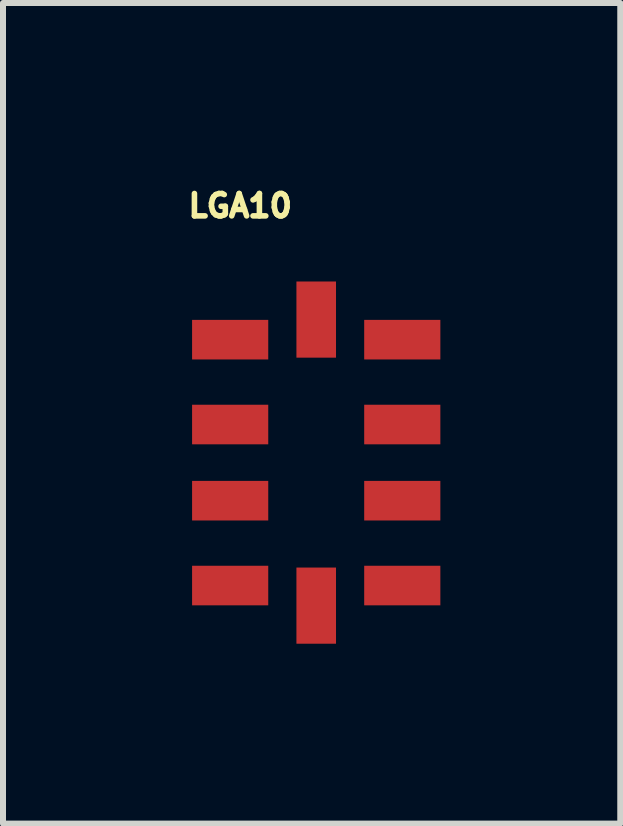
<source format=kicad_pcb>
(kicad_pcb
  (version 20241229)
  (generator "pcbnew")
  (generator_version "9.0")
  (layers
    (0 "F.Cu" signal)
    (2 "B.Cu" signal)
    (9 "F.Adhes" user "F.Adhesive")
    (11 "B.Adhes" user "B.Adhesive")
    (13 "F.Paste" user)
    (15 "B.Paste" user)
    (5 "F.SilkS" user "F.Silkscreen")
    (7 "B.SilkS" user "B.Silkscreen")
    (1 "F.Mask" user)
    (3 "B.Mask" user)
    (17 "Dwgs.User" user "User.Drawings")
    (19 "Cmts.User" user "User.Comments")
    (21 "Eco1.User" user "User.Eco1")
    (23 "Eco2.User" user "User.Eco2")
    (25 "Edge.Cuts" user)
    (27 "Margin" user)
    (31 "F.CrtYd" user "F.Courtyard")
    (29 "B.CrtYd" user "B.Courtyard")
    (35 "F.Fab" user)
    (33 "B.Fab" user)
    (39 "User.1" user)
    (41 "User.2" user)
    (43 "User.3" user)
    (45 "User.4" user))
  (footprint "LGA10"
    (layer "F.Cu")
    (at 2.223 4.664)
    (property "Reference" "LGA10" (at -1.267 -4.282 0) (layer "F.SilkS") (effects (font (size 0.373 0.373) (thickness 0.093))))
    (attr smd)
    (pad "1" smd rect (at -1.435 -2.05) (size 1.27 0.66) (layers "F.Cu" "F.Mask" "F.Paste"))
    (pad "2" smd rect (at -1.435 -0.635) (size 1.27 0.66) (layers "F.Cu" "F.Mask" "F.Paste"))
    (pad "3" smd rect (at -1.435 0.635) (size 1.27 0.66) (layers "F.Cu" "F.Mask" "F.Paste"))
    (pad "4" smd rect (at -1.435 2.05) (size 1.27 0.66) (layers "F.Cu" "F.Mask" "F.Paste"))
    (pad "5" smd rect (at 0 2.385 90) (size 1.27 0.66) (layers "F.Cu" "F.Mask" "F.Paste"))
    (pad "6" smd rect (at 1.435 2.05) (size 1.27 0.66) (layers "F.Cu" "F.Mask" "F.Paste"))
    (pad "7" smd rect (at 1.435 0.635) (size 1.27 0.66) (layers "F.Cu" "F.Mask" "F.Paste"))
    (pad "8" smd rect (at 1.435 -0.635) (size 1.27 0.66) (layers "F.Cu" "F.Mask" "F.Paste"))
    (pad "9" smd rect (at 1.435 -2.05) (size 1.27 0.66) (layers "F.Cu" "F.Mask" "F.Paste"))
    (pad "10" smd rect (at 0 -2.385 270) (size 1.27 0.66) (layers "F.Cu" "F.Mask" "F.Paste")))
  (gr_rect
    (start -3 -3)
    (end 7.293 10.684)
    (stroke (width 0.1) (type default))
    (fill no)
    (layer "Edge.Cuts")))
</source>
